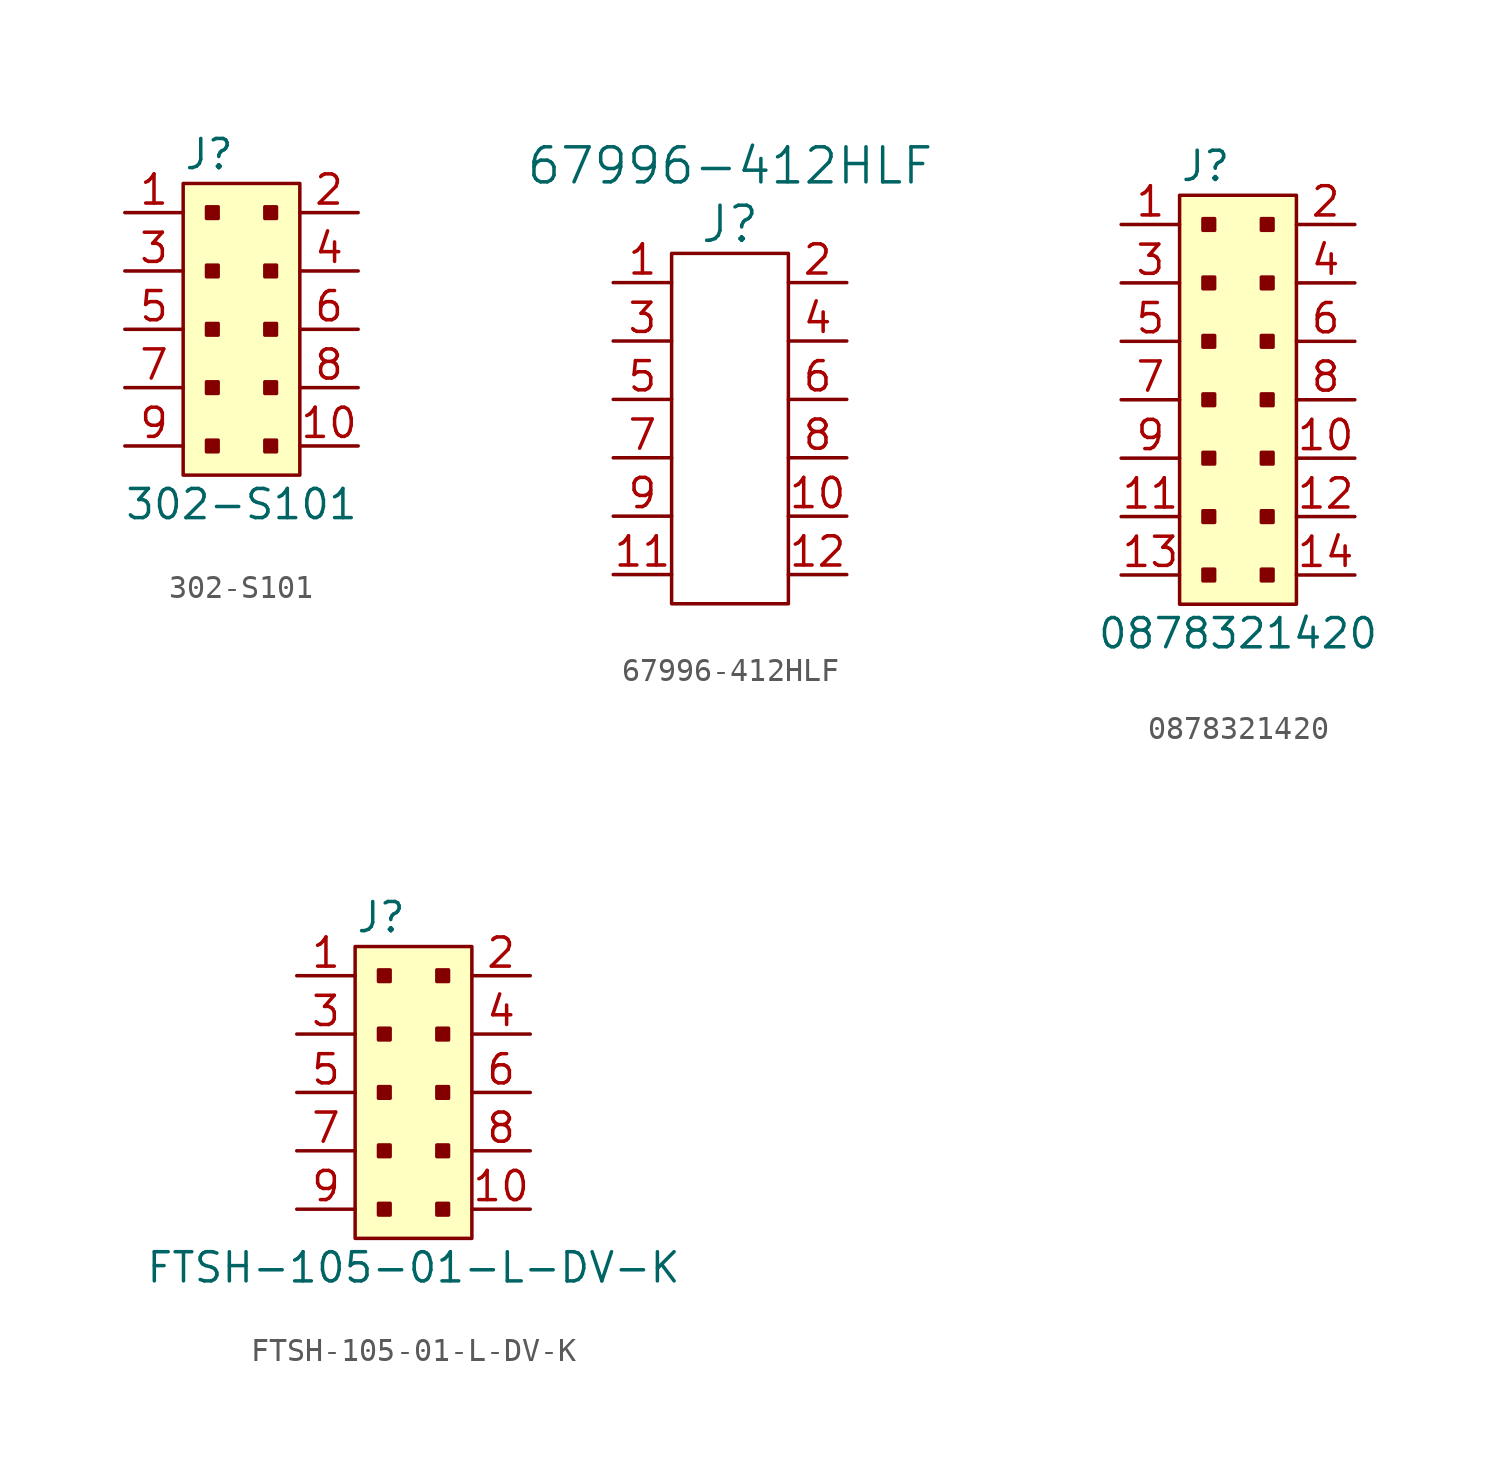
<source format=kicad_sym>
(kicad_symbol_lib
  (version 20201005)
  (generator kicad_symbol_editor)
  (symbol "302-S101"
    (pin_names
      (offset 1.016))
    (property "Reference" "J"
      (at -2.54 7.62 0)
      (effects (font (size 1.27 1.27)) (justify left)))
    (property "Value" "302-S101"
      (at 0 -7.62 0)
      (effects (font (size 1.27 1.27))))
    (symbol "302-S101_1_1"
      (rectangle (start -2.54 6.35) (end 2.54 -6.35) (stroke (width 0)) (fill (type background)))
      (rectangle (start -1.524 -4.826) (end -1.016 -5.334) (stroke (width 0)) (fill (type outline)))
      (rectangle (start -1.524 -2.286) (end -1.016 -2.794) (stroke (width 0)) (fill (type outline)))
      (rectangle (start -1.524 0.254) (end -1.016 -0.254) (stroke (width 0)) (fill (type outline)))
      (rectangle (start -1.524 2.794) (end -1.016 2.286) (stroke (width 0)) (fill (type outline)))
      (rectangle (start -1.524 5.334) (end -1.016 4.826) (stroke (width 0)) (fill (type outline)))
      (rectangle (start 1.016 -4.826) (end 1.524 -5.334) (stroke (width 0)) (fill (type outline)))
      (rectangle (start 1.016 -2.286) (end 1.524 -2.794) (stroke (width 0)) (fill (type outline)))
      (rectangle (start 1.016 0.254) (end 1.524 -0.254) (stroke (width 0)) (fill (type outline)))
      (rectangle (start 1.016 2.794) (end 1.524 2.286) (stroke (width 0)) (fill (type outline)))
      (rectangle (start 1.016 5.334) (end 1.524 4.826) (stroke (width 0)) (fill (type outline)))
      (pin passive line (at -5.08 5.08 0) (length 2.54) (name "~" (effects (font (size 1.27 1.27)))) (number "1" (effects (font (size 1.27 1.27)))))
      (pin passive line (at 5.08 -5.08 180) (length 2.54) (name "~" (effects (font (size 1.27 1.27)))) (number "10" (effects (font (size 1.27 1.27)))))
      (pin passive line (at 5.08 5.08 180) (length 2.54) (name "~" (effects (font (size 1.27 1.27)))) (number "2" (effects (font (size 1.27 1.27)))))
      (pin passive line (at -5.08 2.54 0) (length 2.54) (name "~" (effects (font (size 1.27 1.27)))) (number "3" (effects (font (size 1.27 1.27)))))
      (pin passive line (at 5.08 2.54 180) (length 2.54) (name "~" (effects (font (size 1.27 1.27)))) (number "4" (effects (font (size 1.27 1.27)))))
      (pin passive line (at -5.08 0 0) (length 2.54) (name "~" (effects (font (size 1.27 1.27)))) (number "5" (effects (font (size 1.27 1.27)))))
      (pin passive line (at 5.08 0 180) (length 2.54) (name "~" (effects (font (size 1.27 1.27)))) (number "6" (effects (font (size 1.27 1.27)))))
      (pin passive line (at -5.08 -2.54 0) (length 2.54) (name "~" (effects (font (size 1.27 1.27)))) (number "7" (effects (font (size 1.27 1.27)))))
      (pin passive line (at 5.08 -2.54 180) (length 2.54) (name "~" (effects (font (size 1.27 1.27)))) (number "8" (effects (font (size 1.27 1.27)))))
      (pin passive line (at -5.08 -5.08 0) (length 2.54) (name "~" (effects (font (size 1.27 1.27)))) (number "9" (effects (font (size 1.27 1.27)))))))
  (symbol "67996-412HLF"
    (pin_names
      (offset 1.016))
    (property "Reference" "J"
      (at 0 7.62 0)
      (effects (font (size 1.524 1.524))))
    (property "Value" "67996-412HLF"
      (at 0 10.16 0)
      (effects (font (size 1.524 1.524))))
    (symbol "67996-412HLF_0_1"
      (rectangle (start -2.54 6.35) (end 2.54 -8.89) (stroke (width 0)) (fill (type none))))
    (symbol "67996-412HLF_1_1"
      (pin passive line (at -5.08 5.08 0) (length 2.54) (name "~" (effects (font (size 1.27 1.27)))) (number "1" (effects (font (size 1.27 1.27)))))
      (pin passive line (at 5.08 5.08 180) (length 2.54) (name "~" (effects (font (size 1.27 1.27)))) (number "2" (effects (font (size 1.27 1.27)))))
      (pin passive line (at -5.08 2.54 0) (length 2.54) (name "~" (effects (font (size 1.27 1.27)))) (number "3" (effects (font (size 1.27 1.27)))))
      (pin passive line (at 5.08 2.54 180) (length 2.54) (name "~" (effects (font (size 1.27 1.27)))) (number "4" (effects (font (size 1.27 1.27)))))
      (pin passive line (at -5.08 0 0) (length 2.54) (name "~" (effects (font (size 1.27 1.27)))) (number "5" (effects (font (size 1.27 1.27)))))
      (pin passive line (at 5.08 0 180) (length 2.54) (name "~" (effects (font (size 1.27 1.27)))) (number "6" (effects (font (size 1.27 1.27)))))
      (pin passive line (at -5.08 -2.54 0) (length 2.54) (name "~" (effects (font (size 1.27 1.27)))) (number "7" (effects (font (size 1.27 1.27)))))
      (pin passive line (at 5.08 -2.54 180) (length 2.54) (name "~" (effects (font (size 1.27 1.27)))) (number "8" (effects (font (size 1.27 1.27)))))
      (pin passive line (at -5.08 -5.08 0) (length 2.54) (name "~" (effects (font (size 1.27 1.27)))) (number "9" (effects (font (size 1.27 1.27)))))
      (pin passive line (at 5.08 -5.08 180) (length 2.54) (name "~" (effects (font (size 1.27 1.27)))) (number "10" (effects (font (size 1.27 1.27)))))
      (pin passive line (at -5.08 -7.62 0) (length 2.54) (name "~" (effects (font (size 1.27 1.27)))) (number "11" (effects (font (size 1.27 1.27)))))
      (pin passive line (at 5.08 -7.62 180) (length 2.54) (name "~" (effects (font (size 1.27 1.27)))) (number "12" (effects (font (size 1.27 1.27)))))))
  (symbol "0878321420"
    (pin_names
      (offset 1.016))
    (property "Reference" "J"
      (at -2.54 10.16 0)
      (effects (font (size 1.27 1.27)) (justify left)))
    (property "Value" "0878321420"
      (at 0 -10.16 0)
      (effects (font (size 1.27 1.27))))
    (symbol "0878321420_1_1"
      (rectangle (start -2.54 8.89) (end 2.54 -8.89) (stroke (width 0)) (fill (type background)))
      (rectangle (start -1.524 -7.366) (end -1.016 -7.874) (stroke (width 0)) (fill (type outline)))
      (rectangle (start -1.524 -4.826) (end -1.016 -5.334) (stroke (width 0)) (fill (type outline)))
      (rectangle (start -1.524 -2.286) (end -1.016 -2.794) (stroke (width 0)) (fill (type outline)))
      (rectangle (start -1.524 0.254) (end -1.016 -0.254) (stroke (width 0)) (fill (type outline)))
      (rectangle (start -1.524 2.794) (end -1.016 2.286) (stroke (width 0)) (fill (type outline)))
      (rectangle (start -1.524 5.334) (end -1.016 4.826) (stroke (width 0)) (fill (type outline)))
      (rectangle (start -1.524 7.874) (end -1.016 7.366) (stroke (width 0)) (fill (type outline)))
      (rectangle (start 1.016 -7.366) (end 1.524 -7.874) (stroke (width 0)) (fill (type outline)))
      (rectangle (start 1.016 -4.826) (end 1.524 -5.334) (stroke (width 0)) (fill (type outline)))
      (rectangle (start 1.016 -2.286) (end 1.524 -2.794) (stroke (width 0)) (fill (type outline)))
      (rectangle (start 1.016 0.254) (end 1.524 -0.254) (stroke (width 0)) (fill (type outline)))
      (rectangle (start 1.016 2.794) (end 1.524 2.286) (stroke (width 0)) (fill (type outline)))
      (rectangle (start 1.016 5.334) (end 1.524 4.826) (stroke (width 0)) (fill (type outline)))
      (rectangle (start 1.016 7.874) (end 1.524 7.366) (stroke (width 0)) (fill (type outline)))
      (pin passive line (at -5.08 7.62 0) (length 2.54) (name "~" (effects (font (size 1.27 1.27)))) (number "1" (effects (font (size 1.27 1.27)))))
      (pin passive line (at 5.08 -2.54 180) (length 2.54) (name "~" (effects (font (size 1.27 1.27)))) (number "10" (effects (font (size 1.27 1.27)))))
      (pin passive line (at -5.08 -5.08 0) (length 2.54) (name "~" (effects (font (size 1.27 1.27)))) (number "11" (effects (font (size 1.27 1.27)))))
      (pin passive line (at 5.08 -5.08 180) (length 2.54) (name "~" (effects (font (size 1.27 1.27)))) (number "12" (effects (font (size 1.27 1.27)))))
      (pin passive line (at -5.08 -7.62 0) (length 2.54) (name "~" (effects (font (size 1.27 1.27)))) (number "13" (effects (font (size 1.27 1.27)))))
      (pin passive line (at 5.08 -7.62 180) (length 2.54) (name "~" (effects (font (size 1.27 1.27)))) (number "14" (effects (font (size 1.27 1.27)))))
      (pin passive line (at 5.08 7.62 180) (length 2.54) (name "~" (effects (font (size 1.27 1.27)))) (number "2" (effects (font (size 1.27 1.27)))))
      (pin passive line (at -5.08 5.08 0) (length 2.54) (name "~" (effects (font (size 1.27 1.27)))) (number "3" (effects (font (size 1.27 1.27)))))
      (pin passive line (at 5.08 5.08 180) (length 2.54) (name "~" (effects (font (size 1.27 1.27)))) (number "4" (effects (font (size 1.27 1.27)))))
      (pin passive line (at -5.08 2.54 0) (length 2.54) (name "~" (effects (font (size 1.27 1.27)))) (number "5" (effects (font (size 1.27 1.27)))))
      (pin passive line (at 5.08 2.54 180) (length 2.54) (name "~" (effects (font (size 1.27 1.27)))) (number "6" (effects (font (size 1.27 1.27)))))
      (pin passive line (at -5.08 0 0) (length 2.54) (name "~" (effects (font (size 1.27 1.27)))) (number "7" (effects (font (size 1.27 1.27)))))
      (pin passive line (at 5.08 0 180) (length 2.54) (name "~" (effects (font (size 1.27 1.27)))) (number "8" (effects (font (size 1.27 1.27)))))
      (pin passive line (at -5.08 -2.54 0) (length 2.54) (name "~" (effects (font (size 1.27 1.27)))) (number "9" (effects (font (size 1.27 1.27)))))))
  (symbol "FTSH-105-01-L-DV-K"
    (pin_names
      (offset 1.016))
    (property "Reference" "J"
      (at -2.54 7.62 0)
      (effects (font (size 1.27 1.27)) (justify left)))
    (property "Value" "FTSH-105-01-L-DV-K"
      (at 0 -7.62 0)
      (effects (font (size 1.27 1.27))))
    (symbol "FTSH-105-01-L-DV-K_1_1"
      (rectangle (start -2.54 6.35) (end 2.54 -6.35) (stroke (width 0)) (fill (type background)))
      (rectangle (start -1.524 -4.826) (end -1.016 -5.334) (stroke (width 0)) (fill (type outline)))
      (rectangle (start -1.524 -2.286) (end -1.016 -2.794) (stroke (width 0)) (fill (type outline)))
      (rectangle (start -1.524 0.254) (end -1.016 -0.254) (stroke (width 0)) (fill (type outline)))
      (rectangle (start -1.524 2.794) (end -1.016 2.286) (stroke (width 0)) (fill (type outline)))
      (rectangle (start -1.524 5.334) (end -1.016 4.826) (stroke (width 0)) (fill (type outline)))
      (rectangle (start 1.016 -4.826) (end 1.524 -5.334) (stroke (width 0)) (fill (type outline)))
      (rectangle (start 1.016 -2.286) (end 1.524 -2.794) (stroke (width 0)) (fill (type outline)))
      (rectangle (start 1.016 0.254) (end 1.524 -0.254) (stroke (width 0)) (fill (type outline)))
      (rectangle (start 1.016 2.794) (end 1.524 2.286) (stroke (width 0)) (fill (type outline)))
      (rectangle (start 1.016 5.334) (end 1.524 4.826) (stroke (width 0)) (fill (type outline)))
      (pin passive line (at -5.08 5.08 0) (length 2.54) (name "~" (effects (font (size 1.27 1.27)))) (number "1" (effects (font (size 1.27 1.27)))))
      (pin passive line (at 5.08 -5.08 180) (length 2.54) (name "~" (effects (font (size 1.27 1.27)))) (number "10" (effects (font (size 1.27 1.27)))))
      (pin passive line (at 5.08 5.08 180) (length 2.54) (name "~" (effects (font (size 1.27 1.27)))) (number "2" (effects (font (size 1.27 1.27)))))
      (pin passive line (at -5.08 2.54 0) (length 2.54) (name "~" (effects (font (size 1.27 1.27)))) (number "3" (effects (font (size 1.27 1.27)))))
      (pin passive line (at 5.08 2.54 180) (length 2.54) (name "~" (effects (font (size 1.27 1.27)))) (number "4" (effects (font (size 1.27 1.27)))))
      (pin passive line (at -5.08 0 0) (length 2.54) (name "~" (effects (font (size 1.27 1.27)))) (number "5" (effects (font (size 1.27 1.27)))))
      (pin passive line (at 5.08 0 180) (length 2.54) (name "~" (effects (font (size 1.27 1.27)))) (number "6" (effects (font (size 1.27 1.27)))))
      (pin passive line (at -5.08 -2.54 0) (length 2.54) (name "~" (effects (font (size 1.27 1.27)))) (number "7" (effects (font (size 1.27 1.27)))))
      (pin passive line (at 5.08 -2.54 180) (length 2.54) (name "~" (effects (font (size 1.27 1.27)))) (number "8" (effects (font (size 1.27 1.27)))))
      (pin passive line (at -5.08 -5.08 0) (length 2.54) (name "~" (effects (font (size 1.27 1.27)))) (number "9" (effects (font (size 1.27 1.27))))))))
</source>
